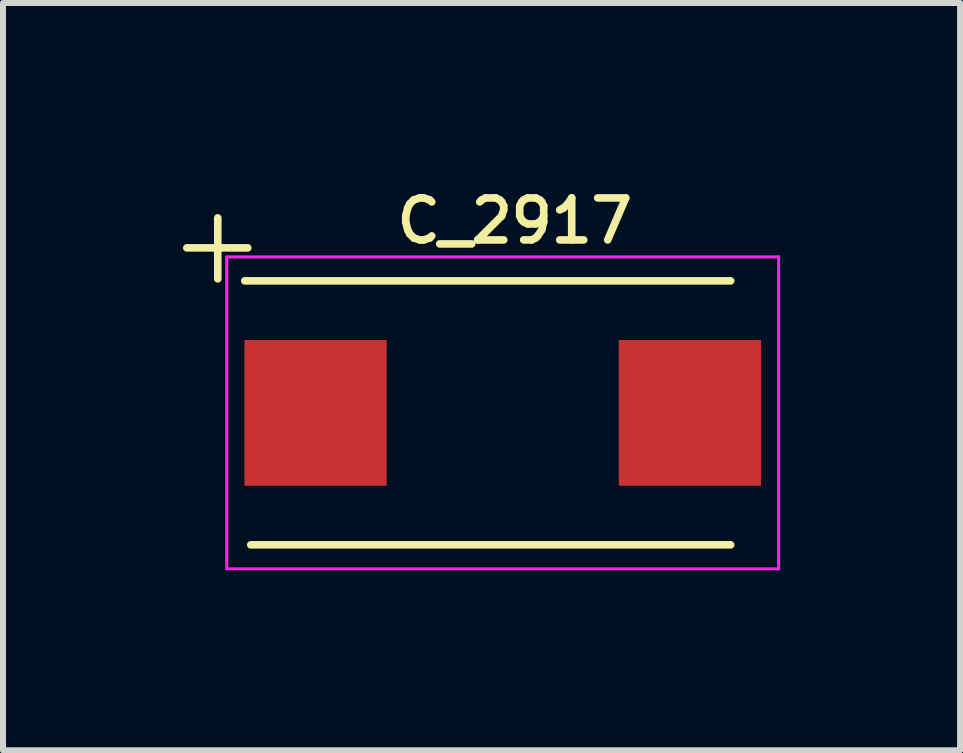
<source format=kicad_pcb>
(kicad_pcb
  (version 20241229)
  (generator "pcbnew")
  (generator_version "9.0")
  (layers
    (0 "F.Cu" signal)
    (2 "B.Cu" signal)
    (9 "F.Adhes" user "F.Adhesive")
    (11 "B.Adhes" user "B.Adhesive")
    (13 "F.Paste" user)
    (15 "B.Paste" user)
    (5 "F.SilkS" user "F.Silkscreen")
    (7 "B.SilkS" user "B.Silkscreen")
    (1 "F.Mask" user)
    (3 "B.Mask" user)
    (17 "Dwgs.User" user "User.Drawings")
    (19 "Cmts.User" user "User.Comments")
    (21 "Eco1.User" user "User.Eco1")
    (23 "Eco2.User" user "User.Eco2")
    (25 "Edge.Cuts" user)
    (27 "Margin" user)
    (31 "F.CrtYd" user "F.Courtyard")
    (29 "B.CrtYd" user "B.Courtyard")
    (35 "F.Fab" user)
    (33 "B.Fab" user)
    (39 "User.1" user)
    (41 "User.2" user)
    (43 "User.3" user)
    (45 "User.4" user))
  (footprint "C_2917"
    (layer "F.Cu")
    (at 5.33 3.832)
    (property "Reference" "C_2917" (at 0.2 -3.2 0) (layer "F.SilkS") (effects (font (size 0.7 0.7) (thickness 0.127))))
    (attr smd)
    (fp_line (start -4.75 -3.25) (end -4.75 -2.234) (stroke (width 0.127) (type solid)) (layer "F.SilkS"))
    (fp_line (start -4.25 -2.75) (end -5.266 -2.75) (stroke (width 0.127) (type solid)) (layer "F.SilkS"))
    (fp_line (start -4.2 2.2) (end 3.8 2.2) (stroke (width 0.127) (type solid)) (layer "F.SilkS"))
    (fp_line (start 3.8 -2.2) (end -4.3 -2.2) (stroke (width 0.127) (type solid)) (layer "F.SilkS"))
    (fp_line (start -4.6 -2.6) (end -4.6 2.6) (stroke (width 0.05) (type solid)) (layer "F.CrtYd"))
    (fp_line (start -4.6 2.6) (end 4.6 2.6) (stroke (width 0.05) (type solid)) (layer "F.CrtYd"))
    (fp_line (start 4.6 -2.6) (end -4.6 -2.6) (stroke (width 0.05) (type solid)) (layer "F.CrtYd"))
    (fp_line (start 4.6 2.6) (end 4.6 -2.6) (stroke (width 0.05) (type solid)) (layer "F.CrtYd"))
    (pad "1" smd rect (at -3.12 0) (size 2.37 2.43) (layers "F.Cu" "F.Mask" "F.Paste"))
    (pad "2" smd rect (at 3.12 0) (size 2.37 2.43) (layers "F.Cu" "F.Mask" "F.Paste")))
  (gr_rect
    (start -3 -3)
    (end 12.954 9.457)
    (stroke (width 0.1) (type default))
    (fill no)
    (layer "Edge.Cuts")))
</source>
